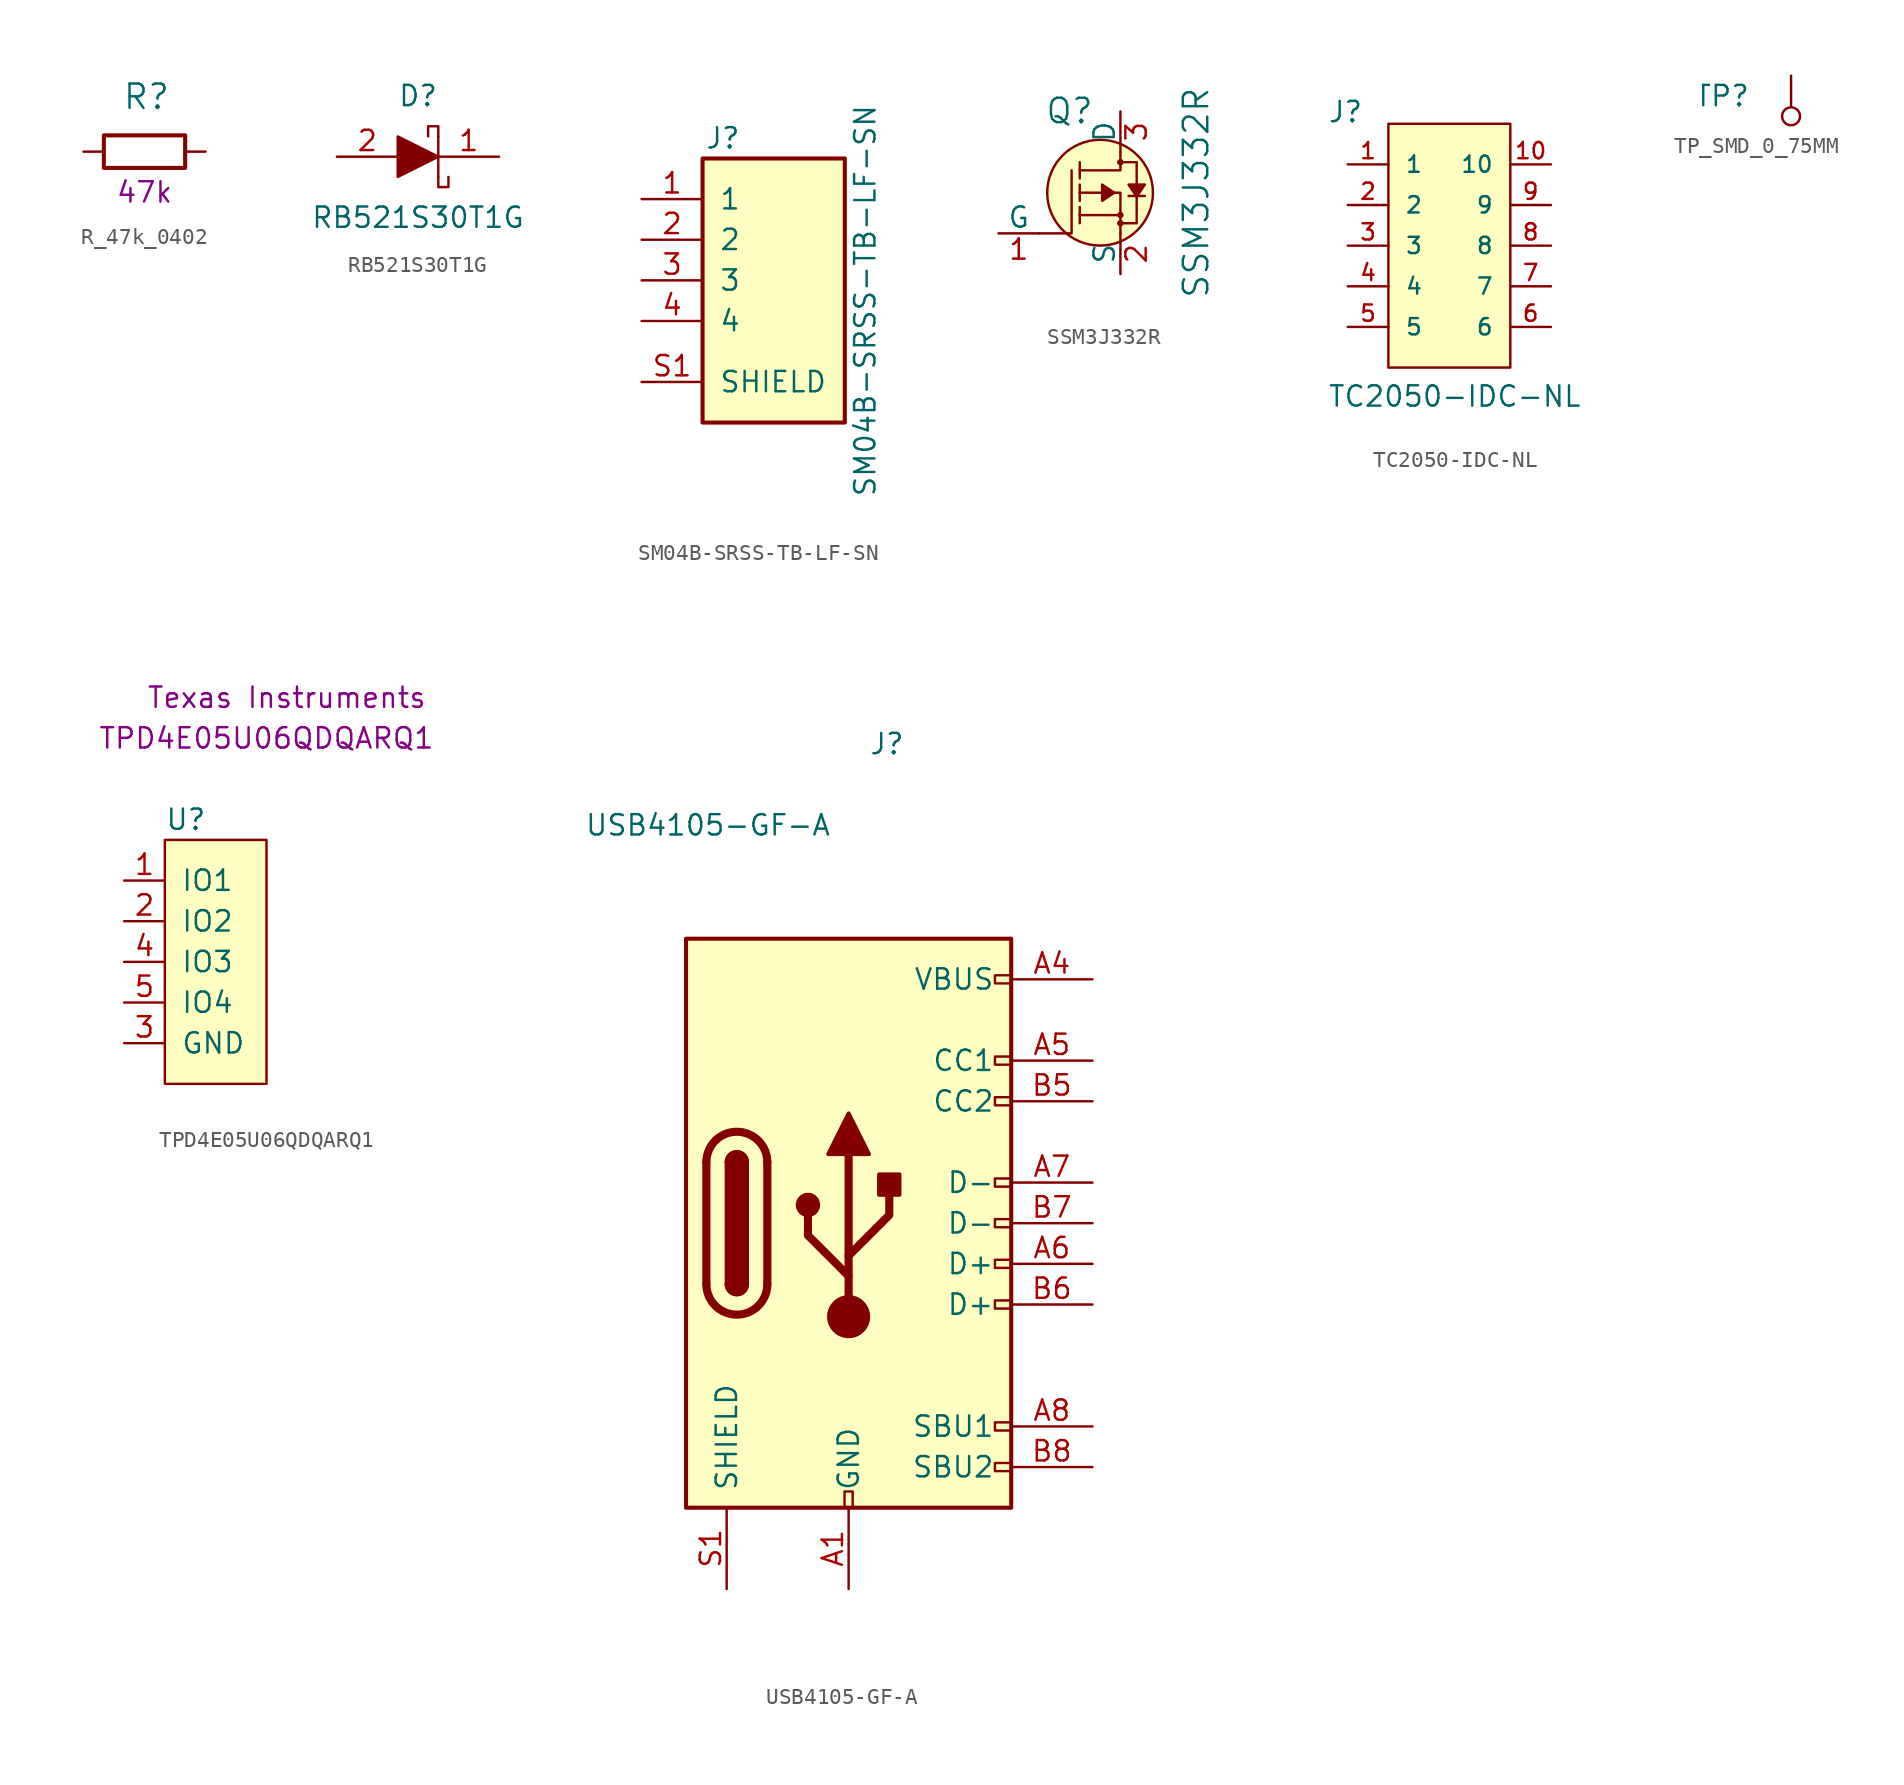
<source format=kicad_sym>
(kicad_symbol_lib
  (version 20220914)
  (generator kicad_symbol_editor)
  (symbol "R_47k_0402"
    (pin_names
      (offset 0))
    (property "Reference" "R"
      (at -1.397 3.429 0)
      (effects (font (size 1.524 1.524)) (justify left)))
    (property "Val" "47k"
      (at 0 -2.54 0)
      (effects (font (size 1.27 1.27))))
    (symbol "R_47k_0402_1_1"
      (rectangle (start 2.54 -1.016) (end -2.54 1.016) (stroke (width 0.254) (type default)) (fill (type none)))
      (pin passive line (at -3.81 0 0) (length 1.27) (name "~" (effects (font (size 0 0)))) (number "1" (effects (font (size 0 0)))))
      (pin passive line (at 3.81 0 180) (length 1.27) (name "~" (effects (font (size 0 0)))) (number "2" (effects (font (size 0 0)))))))
  (symbol "RB521S30T1G"
    (property "Reference" "D"
      (at 0 3.81 0)
      (effects (font (size 1.27 1.27))))
    (property "Value" "RB521S30T1G"
      (at 0 -3.81 0)
      (effects (font (size 1.27 1.27))))
    (symbol "RB521S30T1G_0_1"
      (polyline (pts (xy 1.27 1.27) (xy 1.27 -1.27)) (stroke (width 0) (type default)) (fill (type none)))
      (polyline (pts (xy -1.27 1.27) (xy -1.27 -1.27) (xy 1.27 0) (xy -1.27 1.27)) (stroke (width 0) (type default)) (fill (type outline)))
      (polyline (pts (xy 1.27 -1.27) (xy 1.27 -1.905) (xy 1.905 -1.905) (xy 1.905 -1.27)) (stroke (width 0) (type default)) (fill (type none)))
      (polyline (pts (xy 1.27 1.27) (xy 1.27 1.905) (xy 0.635 1.905) (xy 0.635 1.27)) (stroke (width 0) (type default)) (fill (type none))))
    (symbol "RB521S30T1G_1_1"
      (pin passive line (at 5.08 0 180) (length 3.81) (name "~" (effects (font (size 1.27 1.27)))) (number "1" (effects (font (size 1.27 1.27)))))
      (pin passive line (at -5.08 0 0) (length 3.81) (name "~" (effects (font (size 1.27 1.27)))) (number "2" (effects (font (size 1.27 1.27)))))))
  (symbol "SM04B-SRSS-TB-LF-SN"
    (pin_names
      (offset 1.016))
    (property "Reference" "J"
      (at 0 10.16 0)
      (effects (font (size 1.27 1.27))))
    (property "Value" "SM04B-SRSS-TB-LF-SN"
      (at 8.89 0 90)
      (effects (font (size 1.27 1.27))))
    (symbol "SM04B-SRSS-TB-LF-SN_1_1"
      (rectangle (start -1.27 8.89) (end 7.62 -7.62) (stroke (width 0.254) (type default)) (fill (type background)))
      (pin passive line (at -5.08 6.35 0) (length 3.81) (name "1" (effects (font (size 1.27 1.27)))) (number "1" (effects (font (size 1.27 1.27)))))
      (pin passive line (at -5.08 3.81 0) (length 3.81) (name "2" (effects (font (size 1.27 1.27)))) (number "2" (effects (font (size 1.27 1.27)))))
      (pin passive line (at -5.08 1.27 0) (length 3.81) (name "3" (effects (font (size 1.27 1.27)))) (number "3" (effects (font (size 1.27 1.27)))))
      (pin passive line (at -5.08 -1.27 0) (length 3.81) (name "4" (effects (font (size 1.27 1.27)))) (number "4" (effects (font (size 1.27 1.27)))))
      (pin passive line (at -5.08 -5.08 0) (length 3.81) (name "SHIELD" (effects (font (size 1.27 1.27)))) (number "S1" (effects (font (size 1.27 1.27)))))
      (pin passive line (at -5.08 -5.08 0) (length 3.81) hide (name "SHIELD" (effects (font (size 1.27 1.27)))) (number "S2" (effects (font (size 1.27 1.27)))))))
  (symbol "SSM3J332R"
    (pin_names
      (offset 0))
    (property "Reference" "Q"
      (at -1.626 5.105 0)
      (effects (font (size 1.524 1.524)) (justify right)))
    (property "Value" "SSM3J332R"
      (at 4.724 0 90)
      (effects (font (size 1.524 1.524))))
    (symbol "SSM3J332R_0_1"
      (circle (center -1.27 0) (radius 3.302) (stroke (width 0) (type default)) (fill (type background)))
      (circle (center 0 -1.905) (radius 0.127) (stroke (width 0) (type default)) (fill (type none)))
      (circle (center 0 -1.397) (radius 0.127) (stroke (width 0) (type default)) (fill (type none)))
      (polyline (pts (xy 0 -1.397) (xy -2.54 -1.397)) (stroke (width 0) (type default)) (fill (type none)))
      (polyline (pts (xy -5.08 -2.54) (xy -3.048 -2.54) (xy -3.048 1.397)) (stroke (width 0) (type default)) (fill (type none)))
      (polyline (pts (xy 0 -2.54) (xy 0 0) (xy -2.54 0)) (stroke (width 0) (type default)) (fill (type none)))
      (polyline (pts (xy 0 2.54) (xy 0 1.397) (xy -2.54 1.397)) (stroke (width 0) (type default)) (fill (type none)))
      (polyline (pts (xy -0.127 -1.905) (xy 1.016 -1.905) (xy 1.016 1.397) (xy 1.016 1.905) (xy -0.127 1.905)) (stroke (width 0) (type default)) (fill (type none)))
      (circle (center 0 1.905) (radius 0.127) (stroke (width 0) (type default)) (fill (type none))))
    (symbol "SSM3J332R_1_1"
      (polyline (pts (xy -2.54 -1.397) (xy -2.54 -1.905)) (stroke (width 0) (type default)) (fill (type none)))
      (polyline (pts (xy -2.54 -1.397) (xy -2.54 -0.889)) (stroke (width 0) (type default)) (fill (type none)))
      (polyline (pts (xy -2.54 0) (xy -2.54 -0.508)) (stroke (width 0) (type default)) (fill (type none)))
      (polyline (pts (xy -2.54 0) (xy -2.54 0.508)) (stroke (width 0) (type default)) (fill (type none)))
      (polyline (pts (xy -2.54 1.905) (xy -2.54 0.889)) (stroke (width 0) (type default)) (fill (type none)))
      (polyline (pts (xy 1.524 -0.203) (xy 0.508 -0.203)) (stroke (width 0) (type default)) (fill (type none)))
      (polyline (pts (xy -0.381 0) (xy -1.143 0.508) (xy -1.143 -0.508) (xy -0.381 0)) (stroke (width 0) (type default)) (fill (type outline)))
      (polyline (pts (xy 1.016 -0.254) (xy 1.524 0.508) (xy 0.508 0.508) (xy 1.016 -0.254)) (stroke (width 0) (type default)) (fill (type outline)))
      (pin bidirectional line (at -7.62 -2.54 0) (length 2.54) (name "G" (effects (font (size 1.27 1.27)))) (number "1" (effects (font (size 1.27 1.27)))))
      (pin bidirectional line (at 0 -5.08 90) (length 2.54) (name "S" (effects (font (size 1.27 1.27)))) (number "2" (effects (font (size 1.27 1.27)))))
      (pin bidirectional line (at 0 5.08 270) (length 2.54) (name "D" (effects (font (size 1.27 1.27)))) (number "3" (effects (font (size 1.27 1.27)))))))
  (symbol "TC2050-IDC-NL"
    (pin_names
      (offset 1.016))
    (property "Reference" "J"
      (at -7.62 7.62 0)
      (effects (font (size 1.27 1.27)) (justify left bottom)))
    (property "Value" "TC2050-IDC-NL"
      (at -7.62 -10.16 0)
      (effects (font (size 1.27 1.27)) (justify left bottom)))
    (symbol "TC2050-IDC-NL_0_0"
      (pin passive line (at -6.35 5.08 0) (length 2.54) (name "1" (effects (font (size 1.016 1.016)))) (number "1" (effects (font (size 1.016 1.016)))))
      (pin passive line (at 6.35 5.08 180) (length 2.54) (name "10" (effects (font (size 1.016 1.016)))) (number "10" (effects (font (size 1.016 1.016)))))
      (pin passive line (at -6.35 2.54 0) (length 2.54) (name "2" (effects (font (size 1.016 1.016)))) (number "2" (effects (font (size 1.016 1.016)))))
      (pin passive line (at -6.35 0 0) (length 2.54) (name "3" (effects (font (size 1.016 1.016)))) (number "3" (effects (font (size 1.016 1.016)))))
      (pin passive line (at -6.35 -2.54 0) (length 2.54) (name "4" (effects (font (size 1.016 1.016)))) (number "4" (effects (font (size 1.016 1.016)))))
      (pin passive line (at -6.35 -5.08 0) (length 2.54) (name "5" (effects (font (size 1.016 1.016)))) (number "5" (effects (font (size 1.016 1.016)))))
      (pin passive line (at 6.35 -5.08 180) (length 2.54) (name "6" (effects (font (size 1.016 1.016)))) (number "6" (effects (font (size 1.016 1.016)))))
      (pin passive line (at 6.35 -2.54 180) (length 2.54) (name "7" (effects (font (size 1.016 1.016)))) (number "7" (effects (font (size 1.016 1.016)))))
      (pin passive line (at 6.35 0 180) (length 2.54) (name "8" (effects (font (size 1.016 1.016)))) (number "8" (effects (font (size 1.016 1.016)))))
      (pin passive line (at 6.35 2.54 180) (length 2.54) (name "9" (effects (font (size 1.016 1.016)))) (number "9" (effects (font (size 1.016 1.016))))))
    (symbol "TC2050-IDC-NL_1_1"
      (rectangle (start -3.81 7.62) (end 3.81 -7.62) (stroke (width 0) (type default)) (fill (type background)))))
  (symbol "TP_SMD_0_75MM"
    (pin_numbers hide)
    (pin_names
      (offset 0))
    (property "Reference" "TP"
      (at -2.54 1.27 0)
      (effects (font (size 1.27 1.27)) (justify right)))
    (symbol "TP_SMD_0_75MM_0_1"
      (circle (center 0 0) (radius 0.559) (stroke (width 0) (type default)) (fill (type none))))
    (symbol "TP_SMD_0_75MM_1_1"
      (pin passive line (at 0 2.54 270) (length 1.905) (name "~" (effects (font (size 1.27 1.27)))) (number "1" (effects (font (size 1.27 1.27)))))))
  (symbol "TPD4E05U06QDQARQ1"
    (pin_names
      (offset 0.991))
    (property "Reference" "U"
      (at 1.27 8.89 0)
      (effects (font (size 1.27 1.27)) (justify left)))
    (property "Manufacturer" "Texas Instruments"
      (at 8.89 16.51 0)
      (effects (font (size 1.27 1.27))))
    (property "MPN" "TPD4E05U06QDQARQ1"
      (at 7.62 13.97 0)
      (effects (font (size 1.27 1.27))))
    (symbol "TPD4E05U06QDQARQ1_1_1"
      (rectangle (start 1.27 7.62) (end 7.62 -7.62) (stroke (width 0) (type default)) (fill (type background)))
      (pin passive line (at -1.27 5.08 0) (length 2.54) (name "IO1" (effects (font (size 1.27 1.27)))) (number "1" (effects (font (size 1.27 1.27)))))
      (pin passive line (at -1.27 5.08 0) (length 2.54) hide (name "IO1" (effects (font (size 1.016 1.016)))) (number "10" (effects (font (size 1.016 1.016)))))
      (pin passive line (at -1.27 2.54 0) (length 2.54) (name "IO2" (effects (font (size 1.27 1.27)))) (number "2" (effects (font (size 1.27 1.27)))))
      (pin passive line (at -1.27 -5.08 0) (length 2.54) (name "GND" (effects (font (size 1.27 1.27)))) (number "3" (effects (font (size 1.27 1.27)))))
      (pin passive line (at -1.27 0 0) (length 2.54) (name "IO3" (effects (font (size 1.27 1.27)))) (number "4" (effects (font (size 1.27 1.27)))))
      (pin passive line (at -1.27 -2.54 0) (length 2.54) (name "IO4" (effects (font (size 1.27 1.27)))) (number "5" (effects (font (size 1.27 1.27)))))
      (pin passive line (at -1.27 -2.54 0) (length 2.54) hide (name "IO4" (effects (font (size 1.016 1.016)))) (number "6" (effects (font (size 1.016 1.016)))))
      (pin passive line (at -1.27 0 0) (length 2.54) hide (name "IO3" (effects (font (size 1.016 1.016)))) (number "7" (effects (font (size 1.016 1.016)))))
      (pin passive line (at -1.27 -5.08 0) (length 2.54) hide (name "GND" (effects (font (size 1.016 1.016)))) (number "8" (effects (font (size 1.016 1.016)))))
      (pin passive line (at -1.27 2.54 0) (length 2.54) hide (name "IO2" (effects (font (size 1.016 1.016)))) (number "9" (effects (font (size 1.016 1.016)))))))
  (symbol "USB4105-GF-A"
    (pin_names
      (offset 1.016))
    (property "Reference" "J"
      (at 1.27 29.21 0)
      (effects (font (size 1.27 1.27)) (justify left bottom)))
    (property "Value" "USB4105-GF-A"
      (at -16.51 24.13 0)
      (effects (font (size 1.27 1.27)) (justify left bottom)))
    (symbol "USB4105-GF-A_1_1"
      (rectangle (start -10.16 17.78) (end 10.16 -17.78) (stroke (width 0.254) (type default)) (fill (type background)))
      (arc (start -8.89 -3.81) (mid -6.985 -5.7067) (end -5.08 -3.81) (stroke (width 0.508) (type default)) (fill (type none)))
      (arc (start -7.62 -3.81) (mid -6.985 -4.4423) (end -6.35 -3.81) (stroke (width 0.254) (type default)) (fill (type none)))
      (arc (start -7.62 -3.81) (mid -6.985 -4.4423) (end -6.35 -3.81) (stroke (width 0.254) (type default)) (fill (type outline)))
      (rectangle (start -7.62 -3.81) (end -6.35 3.81) (stroke (width 0.254) (type default)) (fill (type outline)))
      (arc (start -6.35 3.81) (mid -6.985 4.4423) (end -7.62 3.81) (stroke (width 0.254) (type default)) (fill (type none)))
      (arc (start -6.35 3.81) (mid -6.985 4.4423) (end -7.62 3.81) (stroke (width 0.254) (type default)) (fill (type outline)))
      (arc (start -5.08 3.81) (mid -6.985 5.7067) (end -8.89 3.81) (stroke (width 0.508) (type default)) (fill (type none)))
      (circle (center -2.54 1.143) (radius 0.635) (stroke (width 0.254) (type default)) (fill (type outline)))
      (rectangle (start -0.254 -17.78) (end 0.254 -16.764) (stroke (width 0) (type default)) (fill (type none)))
      (circle (center 0 -5.842) (radius 1.27) (stroke (width 0) (type default)) (fill (type outline)))
      (polyline (pts (xy -8.89 -3.81) (xy -8.89 3.81)) (stroke (width 0.508) (type default)) (fill (type none)))
      (polyline (pts (xy -5.08 3.81) (xy -5.08 -3.81)) (stroke (width 0.508) (type default)) (fill (type none)))
      (polyline (pts (xy 0 -5.842) (xy 0 4.318)) (stroke (width 0.508) (type default)) (fill (type none)))
      (polyline (pts (xy 0 -3.302) (xy -2.54 -0.762) (xy -2.54 0.508)) (stroke (width 0.508) (type default)) (fill (type none)))
      (polyline (pts (xy 0 -2.032) (xy 2.54 0.508) (xy 2.54 1.778)) (stroke (width 0.508) (type default)) (fill (type none)))
      (polyline (pts (xy -1.27 4.318) (xy 0 6.858) (xy 1.27 4.318) (xy -1.27 4.318)) (stroke (width 0.254) (type default)) (fill (type outline)))
      (rectangle (start 1.905 1.778) (end 3.175 3.048) (stroke (width 0.254) (type default)) (fill (type outline)))
      (rectangle (start 10.16 -14.986) (end 9.144 -15.494) (stroke (width 0) (type default)) (fill (type none)))
      (rectangle (start 10.16 -12.446) (end 9.144 -12.954) (stroke (width 0) (type default)) (fill (type none)))
      (rectangle (start 10.16 -4.826) (end 9.144 -5.334) (stroke (width 0) (type default)) (fill (type none)))
      (rectangle (start 10.16 -2.286) (end 9.144 -2.794) (stroke (width 0) (type default)) (fill (type none)))
      (rectangle (start 10.16 0.254) (end 9.144 -0.254) (stroke (width 0) (type default)) (fill (type none)))
      (rectangle (start 10.16 2.794) (end 9.144 2.286) (stroke (width 0) (type default)) (fill (type none)))
      (rectangle (start 10.16 7.874) (end 9.144 7.366) (stroke (width 0) (type default)) (fill (type none)))
      (rectangle (start 10.16 10.414) (end 9.144 9.906) (stroke (width 0) (type default)) (fill (type none)))
      (rectangle (start 10.16 15.494) (end 9.144 14.986) (stroke (width 0) (type default)) (fill (type none)))
      (pin passive line (at 0 -22.86 90) (length 5.08) (name "GND" (effects (font (size 1.27 1.27)))) (number "A1" (effects (font (size 1.27 1.27)))))
      (pin passive line (at 0 -22.86 90) (length 5.08) hide (name "GND" (effects (font (size 1.27 1.27)))) (number "A12" (effects (font (size 1.27 1.27)))))
      (pin passive line (at 15.24 15.24 180) (length 5.08) (name "VBUS" (effects (font (size 1.27 1.27)))) (number "A4" (effects (font (size 1.27 1.27)))))
      (pin bidirectional line (at 15.24 10.16 180) (length 5.08) (name "CC1" (effects (font (size 1.27 1.27)))) (number "A5" (effects (font (size 1.27 1.27)))))
      (pin bidirectional line (at 15.24 -2.54 180) (length 5.08) (name "D+" (effects (font (size 1.27 1.27)))) (number "A6" (effects (font (size 1.27 1.27)))))
      (pin bidirectional line (at 15.24 2.54 180) (length 5.08) (name "D-" (effects (font (size 1.27 1.27)))) (number "A7" (effects (font (size 1.27 1.27)))))
      (pin bidirectional line (at 15.24 -12.7 180) (length 5.08) (name "SBU1" (effects (font (size 1.27 1.27)))) (number "A8" (effects (font (size 1.27 1.27)))))
      (pin passive line (at 15.24 15.24 180) (length 5.08) hide (name "VBUS" (effects (font (size 1.27 1.27)))) (number "A9" (effects (font (size 1.27 1.27)))))
      (pin passive line (at 0 -22.86 90) (length 5.08) hide (name "GND" (effects (font (size 1.27 1.27)))) (number "B1" (effects (font (size 1.27 1.27)))))
      (pin passive line (at 0 -22.86 90) (length 5.08) hide (name "GND" (effects (font (size 1.27 1.27)))) (number "B12" (effects (font (size 1.27 1.27)))))
      (pin passive line (at 15.24 15.24 180) (length 5.08) hide (name "VBUS" (effects (font (size 1.27 1.27)))) (number "B4" (effects (font (size 1.27 1.27)))))
      (pin bidirectional line (at 15.24 7.62 180) (length 5.08) (name "CC2" (effects (font (size 1.27 1.27)))) (number "B5" (effects (font (size 1.27 1.27)))))
      (pin bidirectional line (at 15.24 -5.08 180) (length 5.08) (name "D+" (effects (font (size 1.27 1.27)))) (number "B6" (effects (font (size 1.27 1.27)))))
      (pin bidirectional line (at 15.24 0 180) (length 5.08) (name "D-" (effects (font (size 1.27 1.27)))) (number "B7" (effects (font (size 1.27 1.27)))))
      (pin bidirectional line (at 15.24 -15.24 180) (length 5.08) (name "SBU2" (effects (font (size 1.27 1.27)))) (number "B8" (effects (font (size 1.27 1.27)))))
      (pin passive line (at 15.24 15.24 180) (length 5.08) hide (name "VBUS" (effects (font (size 1.27 1.27)))) (number "B9" (effects (font (size 1.27 1.27)))))
      (pin passive line (at -7.62 -22.86 90) (length 5.08) (name "SHIELD" (effects (font (size 1.27 1.27)))) (number "S1" (effects (font (size 1.27 1.27))))))))
</source>
